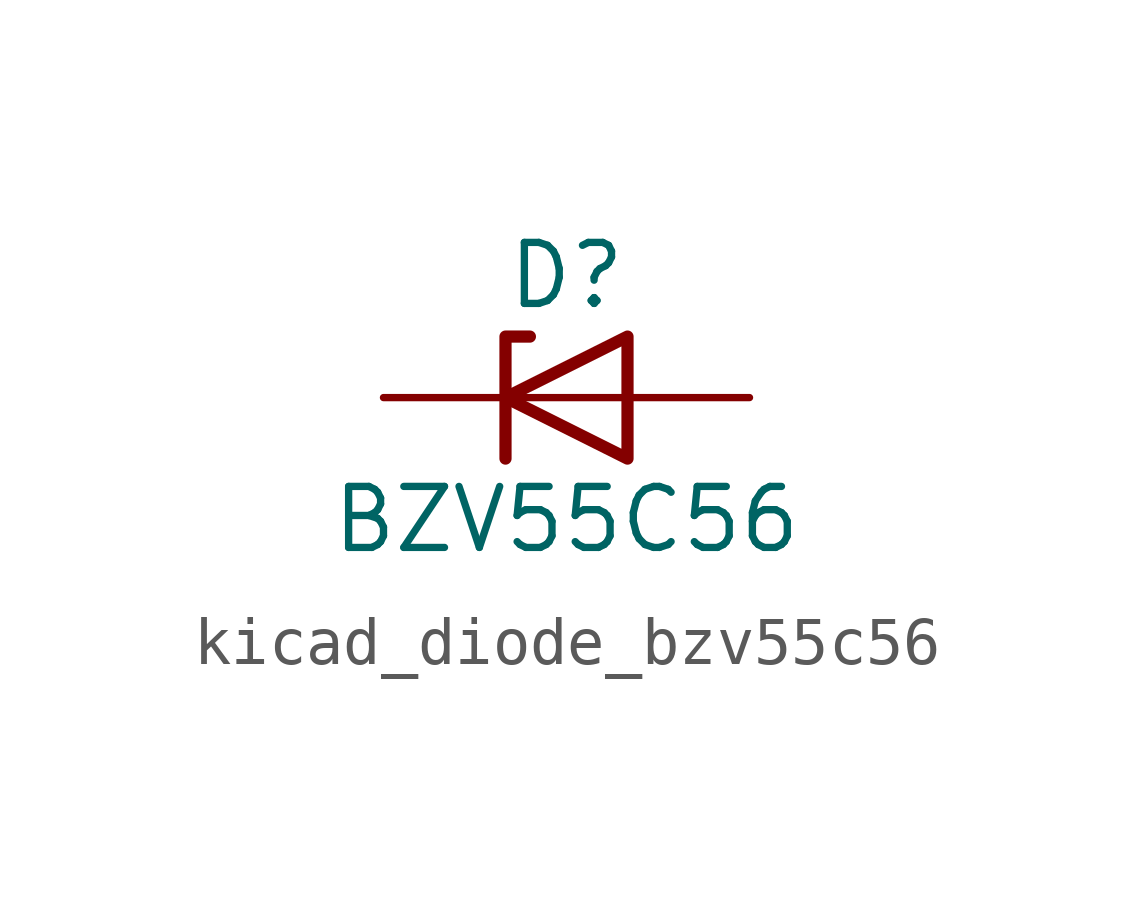
<source format=kicad_sym>
(kicad_symbol_lib
  (version 20220914)
  (generator kicad_symbol_editor)
  (symbol "kicad_diode_bzv55c56"
    (pin_numbers hide)
    (pin_names hide)
    (property "Reference" "D"
      (at 0 2.54 0)
      (effects (font (size 1.27 1.27))))
    (property "Value" "BZV55C56"
      (at 0 -2.54 0)
      (effects (font (size 1.27 1.27))))
    (symbol "kicad_diode_bzv55c56_0_1"
      (polyline (pts (xy 1.27 0) (xy -1.27 0)) (stroke (width 0) (type default)) (fill (type none)))
      (polyline (pts (xy -1.27 -1.27) (xy -1.27 1.27) (xy -0.762 1.27)) (stroke (width 0.254) (type default)) (fill (type none)))
      (polyline (pts (xy 1.27 -1.27) (xy 1.27 1.27) (xy -1.27 0) (xy 1.27 -1.27)) (stroke (width 0.254) (type default)) (fill (type none))))
    (symbol "kicad_diode_bzv55c56_1_1"
      (pin passive line (at -3.81 0 0) (length 2.54) (name "K" (effects (font (size 1.27 1.27)))) (number "1" (effects (font (size 1.27 1.27)))))
      (pin passive line (at 3.81 0 180) (length 2.54) (name "A" (effects (font (size 1.27 1.27)))) (number "2" (effects (font (size 1.27 1.27))))))))
</source>
